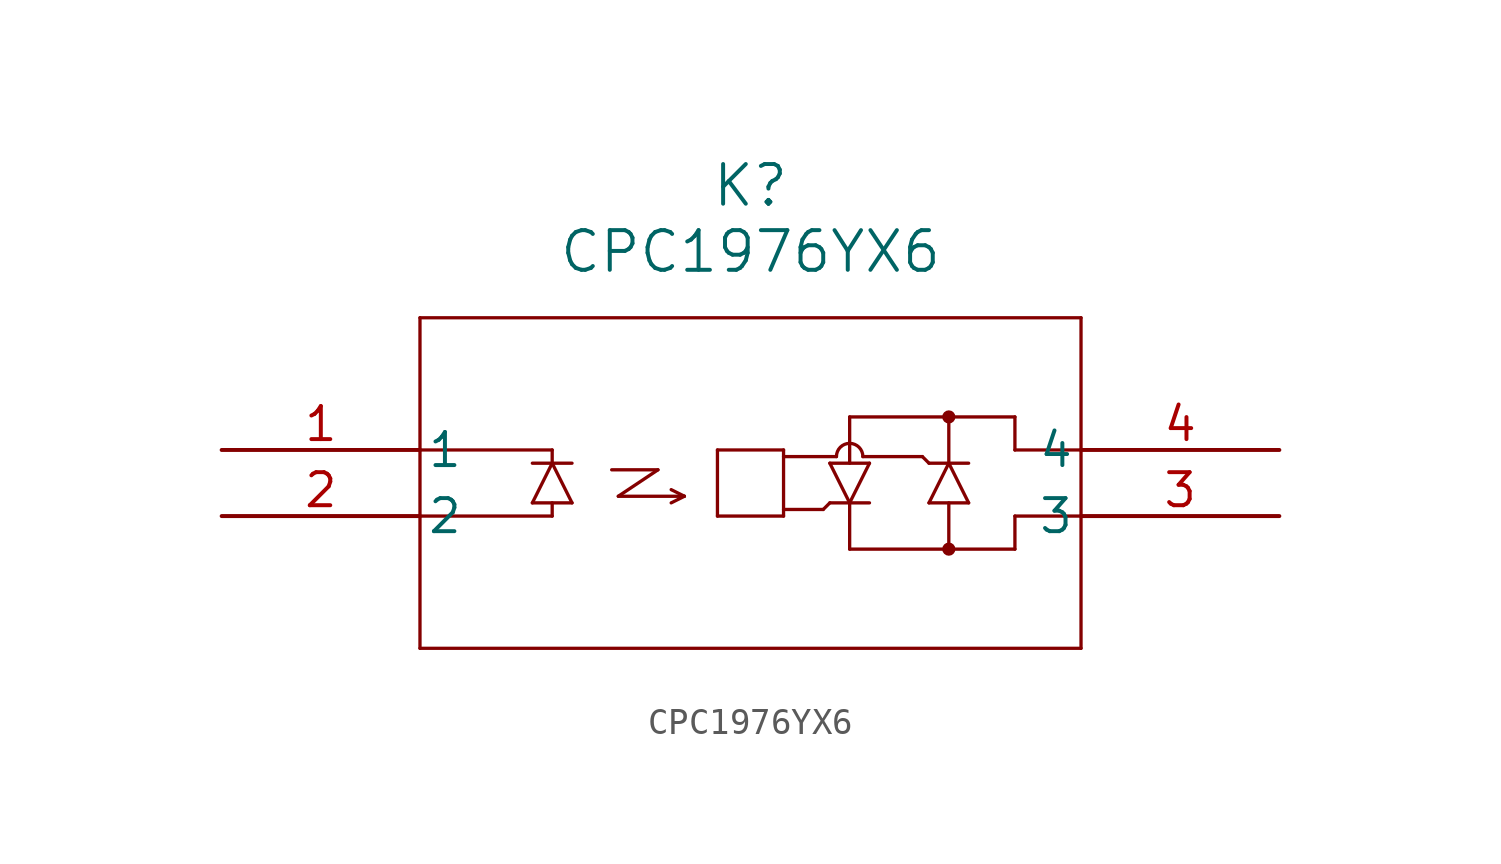
<source format=kicad_sym>
(kicad_symbol_lib
  (version 20211014)
  (generator kicad_symbol_editor)
  (symbol "CPC1976YX6"
    (pin_names
      (offset 0.254))
    (property "Reference" "K"
      (at 20.32 10.16 0)
      (effects (font (size 1.524 1.524))))
    (property "Value" "CPC1976YX6"
      (at 20.32 7.62 0)
      (effects (font (size 1.524 1.524))))
    (symbol "CPC1976YX6_0_1"
      (polyline (pts (xy 7.62 5.08) (xy 7.62 -7.62)) (stroke (width 0.127) (type default) (color 0 0 0 0)) (fill (type none)))
      (polyline (pts (xy 7.62 -7.62) (xy 33.02 -7.62)) (stroke (width 0.127) (type default) (color 0 0 0 0)) (fill (type none)))
      (polyline (pts (xy 33.02 -7.62) (xy 33.02 5.08)) (stroke (width 0.127) (type default) (color 0 0 0 0)) (fill (type none)))
      (polyline (pts (xy 33.02 5.08) (xy 7.62 5.08)) (stroke (width 0.127) (type default) (color 0 0 0 0)) (fill (type none)))
      (polyline (pts (xy 7.62 -2.54) (xy 12.7 -2.54)) (stroke (width 0.127) (type default) (color 0 0 0 0)) (fill (type none)))
      (polyline (pts (xy 12.7 -2.54) (xy 12.7 -2.032)) (stroke (width 0.127) (type default) (color 0 0 0 0)) (fill (type none)))
      (polyline (pts (xy 7.62 0) (xy 12.7 0)) (stroke (width 0.127) (type default) (color 0 0 0 0)) (fill (type none)))
      (polyline (pts (xy 11.938 -0.508) (xy 13.462 -0.508)) (stroke (width 0.127) (type default) (color 0 0 0 0)) (fill (type none)))
      (polyline (pts (xy 12.7 -0.508) (xy 11.938 -2.032)) (stroke (width 0.127) (type default) (color 0 0 0 0)) (fill (type none)))
      (polyline (pts (xy 11.938 -2.032) (xy 13.462 -2.032)) (stroke (width 0.127) (type default) (color 0 0 0 0)) (fill (type none)))
      (polyline (pts (xy 13.462 -2.032) (xy 12.7 -0.508)) (stroke (width 0.127) (type default) (color 0 0 0 0)) (fill (type none)))
      (polyline (pts (xy 12.7 0) (xy 12.7 -0.508)) (stroke (width 0.127) (type default) (color 0 0 0 0)) (fill (type none)))
      (polyline (pts (xy 14.986 -0.762) (xy 16.764 -0.762)) (stroke (width 0.127) (type default) (color 0 0 0 0)) (fill (type none)))
      (polyline (pts (xy 16.764 -0.762) (xy 15.24 -1.778)) (stroke (width 0.127) (type default) (color 0 0 0 0)) (fill (type none)))
      (polyline (pts (xy 15.24 -1.778) (xy 17.78 -1.778)) (stroke (width 0.127) (type default) (color 0 0 0 0)) (fill (type none)))
      (polyline (pts (xy 17.78 -1.778) (xy 17.272 -1.524)) (stroke (width 0.127) (type default) (color 0 0 0 0)) (fill (type none)))
      (polyline (pts (xy 17.78 -1.778) (xy 17.272 -2.032)) (stroke (width 0.127) (type default) (color 0 0 0 0)) (fill (type none)))
      (polyline (pts (xy 19.05 0) (xy 19.05 -2.54)) (stroke (width 0.127) (type default) (color 0 0 0 0)) (fill (type none)))
      (polyline (pts (xy 19.05 -2.54) (xy 21.59 -2.54)) (stroke (width 0.127) (type default) (color 0 0 0 0)) (fill (type none)))
      (polyline (pts (xy 21.59 -2.54) (xy 21.59 0)) (stroke (width 0.127) (type default) (color 0 0 0 0)) (fill (type none)))
      (polyline (pts (xy 21.59 0) (xy 19.05 0)) (stroke (width 0.127) (type default) (color 0 0 0 0)) (fill (type none)))
      (polyline (pts (xy 27.94 -3.81) (xy 27.94 -2.032)) (stroke (width 0.127) (type default) (color 0 0 0 0)) (fill (type none)))
      (polyline (pts (xy 27.178 -0.508) (xy 28.702 -0.508)) (stroke (width 0.127) (type default) (color 0 0 0 0)) (fill (type none)))
      (polyline (pts (xy 27.94 -0.508) (xy 27.178 -2.032)) (stroke (width 0.127) (type default) (color 0 0 0 0)) (fill (type none)))
      (polyline (pts (xy 27.178 -2.032) (xy 28.702 -2.032)) (stroke (width 0.127) (type default) (color 0 0 0 0)) (fill (type none)))
      (polyline (pts (xy 28.702 -2.032) (xy 27.94 -0.508)) (stroke (width 0.127) (type default) (color 0 0 0 0)) (fill (type none)))
      (polyline (pts (xy 27.94 1.27) (xy 27.94 -0.508)) (stroke (width 0.127) (type default) (color 0 0 0 0)) (fill (type none)))
      (polyline (pts (xy 24.13 1.27) (xy 24.13 -0.508)) (stroke (width 0.127) (type default) (color 0 0 0 0)) (fill (type none)))
      (polyline (pts (xy 24.892 -2.032) (xy 23.368 -2.032)) (stroke (width 0.127) (type default) (color 0 0 0 0)) (fill (type none)))
      (polyline (pts (xy 24.13 -2.032) (xy 24.892 -0.508)) (stroke (width 0.127) (type default) (color 0 0 0 0)) (fill (type none)))
      (polyline (pts (xy 24.892 -0.508) (xy 23.368 -0.508)) (stroke (width 0.127) (type default) (color 0 0 0 0)) (fill (type none)))
      (polyline (pts (xy 23.368 -0.508) (xy 24.13 -2.032)) (stroke (width 0.127) (type default) (color 0 0 0 0)) (fill (type none)))
      (polyline (pts (xy 24.13 -3.81) (xy 24.13 -2.032)) (stroke (width 0.127) (type default) (color 0 0 0 0)) (fill (type none)))
      (polyline (pts (xy 21.59 -2.286) (xy 23.114 -2.286)) (stroke (width 0.127) (type default) (color 0 0 0 0)) (fill (type none)))
      (polyline (pts (xy 23.114 -2.286) (xy 23.368 -2.032)) (stroke (width 0.127) (type default) (color 0 0 0 0)) (fill (type none)))
      (polyline (pts (xy 21.59 -0.254) (xy 23.622 -0.254)) (stroke (width 0.127) (type default) (color 0 0 0 0)) (fill (type none)))
      (polyline (pts (xy 24.638 -0.254) (xy 26.924 -0.254)) (stroke (width 0.127) (type default) (color 0 0 0 0)) (fill (type none)))
      (polyline (pts (xy 26.924 -0.254) (xy 27.178 -0.508)) (stroke (width 0.127) (type default) (color 0 0 0 0)) (fill (type none)))
      (arc (start 24.638 -0.254) (mid 24.13 0.254) (end 23.622 -0.254) (stroke (width 0.127) (type default) (color 0 0 0 0)) (fill (type none)))
      (polyline (pts (xy 24.13 -3.81) (xy 30.48 -3.81)) (stroke (width 0.127) (type default) (color 0 0 0 0)) (fill (type none)))
      (polyline (pts (xy 30.48 -3.81) (xy 30.48 -2.54)) (stroke (width 0.127) (type default) (color 0 0 0 0)) (fill (type none)))
      (polyline (pts (xy 30.48 -2.54) (xy 33.02 -2.54)) (stroke (width 0.127) (type default) (color 0 0 0 0)) (fill (type none)))
      (polyline (pts (xy 33.02 0) (xy 30.48 0)) (stroke (width 0.127) (type default) (color 0 0 0 0)) (fill (type none)))
      (polyline (pts (xy 30.48 0) (xy 30.48 1.27)) (stroke (width 0.127) (type default) (color 0 0 0 0)) (fill (type none)))
      (polyline (pts (xy 30.48 1.27) (xy 24.13 1.27)) (stroke (width 0.127) (type default) (color 0 0 0 0)) (fill (type none)))
      (circle (center 27.94 1.27) (radius 0.127) (stroke (width 0.254) (type default) (color 0 0 0 0)) (fill (type none)))
      (circle (center 27.94 -3.81) (radius 0.127) (stroke (width 0.254) (type default) (color 0 0 0 0)) (fill (type none)))
      (pin unspecified line (at 0 0 0) (length 7.62) (name "1" (effects (font (size 1.27 1.27)))) (number "1" (effects (font (size 1.27 1.27)))))
      (pin unspecified line (at 0 -2.54 0) (length 7.62) (name "2" (effects (font (size 1.27 1.27)))) (number "2" (effects (font (size 1.27 1.27)))))
      (pin unspecified line (at 40.64 -2.54 180) (length 7.62) (name "3" (effects (font (size 1.27 1.27)))) (number "3" (effects (font (size 1.27 1.27)))))
      (pin unspecified line (at 40.64 0 180) (length 7.62) (name "4" (effects (font (size 1.27 1.27)))) (number "4" (effects (font (size 1.27 1.27))))))))
</source>
